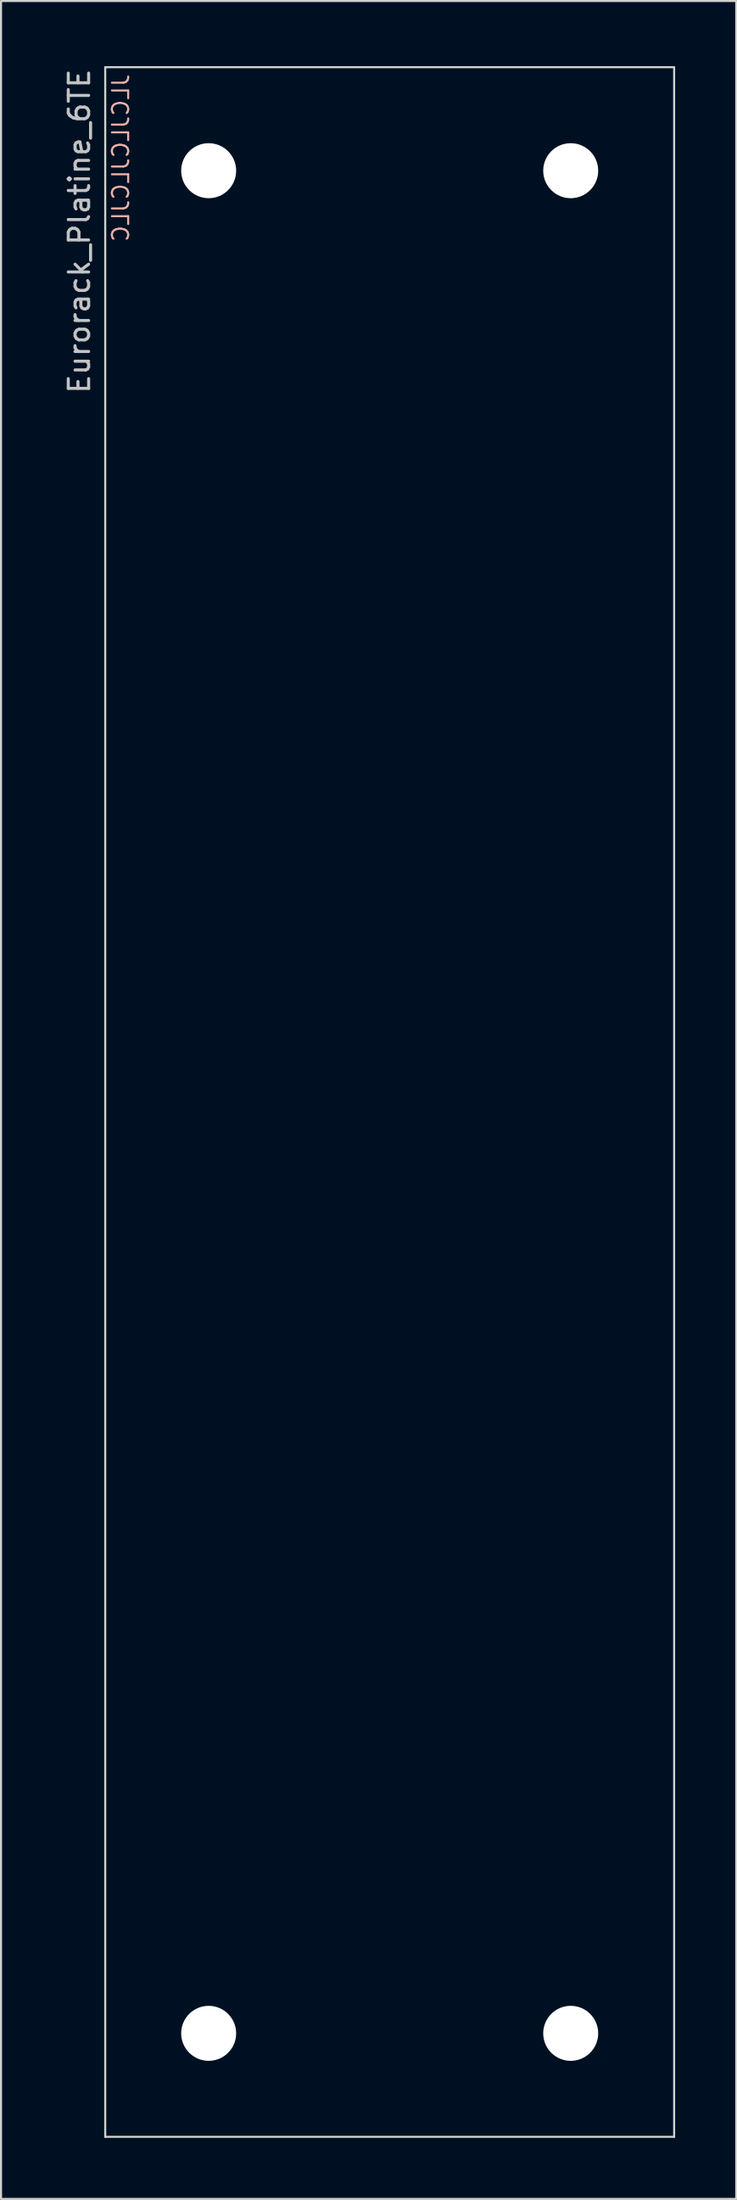
<source format=kicad_pcb>
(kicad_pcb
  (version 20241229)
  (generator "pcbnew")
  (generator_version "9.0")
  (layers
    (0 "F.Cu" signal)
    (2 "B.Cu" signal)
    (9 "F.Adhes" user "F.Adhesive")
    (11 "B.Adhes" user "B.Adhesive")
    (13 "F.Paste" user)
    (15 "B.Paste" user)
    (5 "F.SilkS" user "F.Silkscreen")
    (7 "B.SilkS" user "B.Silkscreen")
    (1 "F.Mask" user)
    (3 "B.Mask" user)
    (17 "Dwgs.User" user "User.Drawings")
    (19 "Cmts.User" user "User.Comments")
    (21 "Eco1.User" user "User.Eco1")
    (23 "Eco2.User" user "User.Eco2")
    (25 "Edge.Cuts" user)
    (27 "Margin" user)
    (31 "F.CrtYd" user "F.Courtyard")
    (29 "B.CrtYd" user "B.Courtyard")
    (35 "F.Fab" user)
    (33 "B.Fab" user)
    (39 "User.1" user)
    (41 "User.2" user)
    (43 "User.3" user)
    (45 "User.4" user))
  (footprint "Eurorack_Platine_6TE"
    (layer "F.Cu")
    (at 2.118 0.25)
    (property "Reference" "Eurorack_Platine_6TE" (at -1.27 0 90) (layer "Dwgs.User") (effects (font (size 1 1) (thickness 0.15)) (justify right)))
    (attr through_hole)
    (fp_line (start 0 0) (end 27.94 0) (stroke (width 0.1) (type solid)) (layer "Edge.Cuts"))
    (fp_line (start 0 101.6) (end 0 0) (stroke (width 0.1) (type solid)) (layer "Edge.Cuts"))
    (fp_line (start 0 101.6) (end 27.94 101.6) (stroke (width 0.1) (type solid)) (layer "Edge.Cuts"))
    (fp_line (start 27.94 0) (end 27.94 101.6) (stroke (width 0.1) (type solid)) (layer "Edge.Cuts"))
    (fp_text user "JLCJLCJLCJLC" (at 0.762 8.636 90) (layer "B.SilkS") (effects (font (size 0.8 0.8) (thickness 0.1)) (justify right mirror)))
    (pad "" np_thru_hole circle (at 5.08 5.08) (size 2.7 2.7) (drill 2.7) (layers "*.Cu" "*.Mask"))
    (pad "" np_thru_hole circle (at 5.08 96.52) (size 2.7 2.7) (drill 2.7) (layers "*.Cu" "*.Mask"))
    (pad "" np_thru_hole circle (at 22.86 5.08) (size 2.7 2.7) (drill 2.7) (layers "*.Cu" "*.Mask"))
    (pad "" np_thru_hole circle (at 22.86 96.52) (size 2.7 2.7) (drill 2.7) (layers "*.Cu" "*.Mask")))
  (gr_rect
    (start -3 -3)
    (end 33.108 104.9)
    (stroke (width 0.1) (type default))
    (fill no)
    (layer "Edge.Cuts")))
</source>
